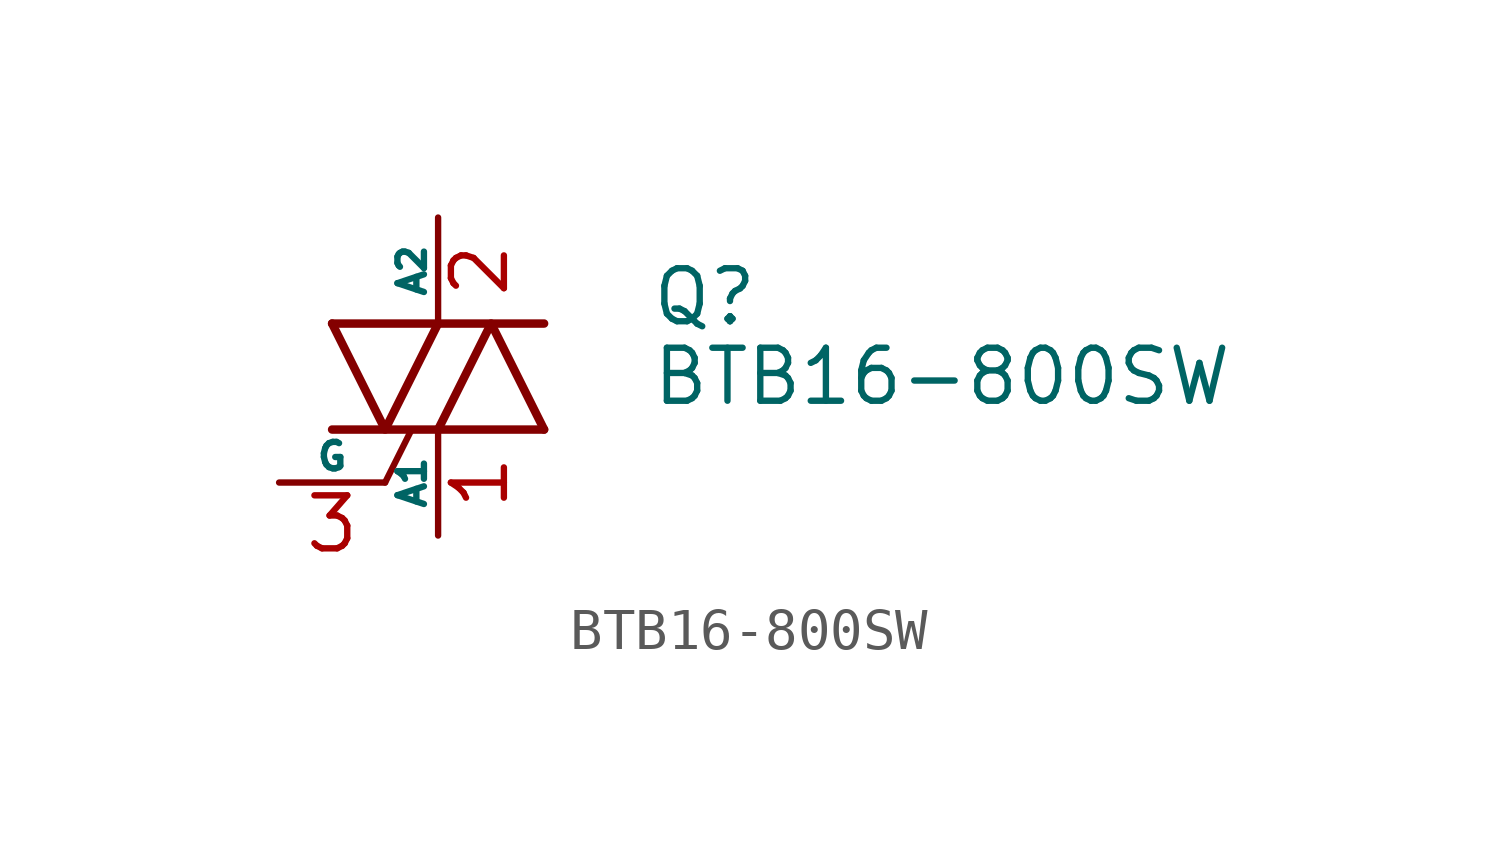
<source format=kicad_sym>
(kicad_symbol_lib
  (version 20220914)
  (generator kicad_symbol_editor)
  (symbol "BTB16-800SW"
    (pin_names
      (offset 0))
    (property "Reference" "Q"
      (at 5.08 1.905 0)
      (effects (font (size 1.27 1.27)) (justify left)))
    (property "Value" "BTB16-800SW"
      (at 5.08 0 0)
      (effects (font (size 1.27 1.27)) (justify left)))
    (symbol "BTB16-800SW_0_1"
      (polyline (pts (xy -2.54 -1.27) (xy 2.54 -1.27)) (stroke (width 0.203) (type default)) (fill (type none)))
      (polyline (pts (xy -2.54 1.27) (xy 2.54 1.27)) (stroke (width 0.203) (type default)) (fill (type none)))
      (polyline (pts (xy -1.27 -2.54) (xy -0.635 -1.27)) (stroke (width 0) (type default)) (fill (type none)))
      (polyline (pts (xy -2.54 1.27) (xy -1.27 -1.27) (xy 0 1.27)) (stroke (width 0.203) (type default)) (fill (type none)))
      (polyline (pts (xy 0 -1.27) (xy 1.27 1.27) (xy 2.54 -1.27)) (stroke (width 0.203) (type default)) (fill (type none))))
    (symbol "BTB16-800SW_1_1"
      (pin passive line (at 0 -3.81 90) (length 2.54) (name "A1" (effects (font (size 0.635 0.635)))) (number "1" (effects (font (size 1.27 1.27)))))
      (pin passive line (at 0 3.81 270) (length 2.54) (name "A2" (effects (font (size 0.635 0.635)))) (number "2" (effects (font (size 1.27 1.27)))))
      (pin input line (at -3.81 -2.54 0) (length 2.54) (name "G" (effects (font (size 0.635 0.635)))) (number "3" (effects (font (size 1.27 1.27))))))))
</source>
